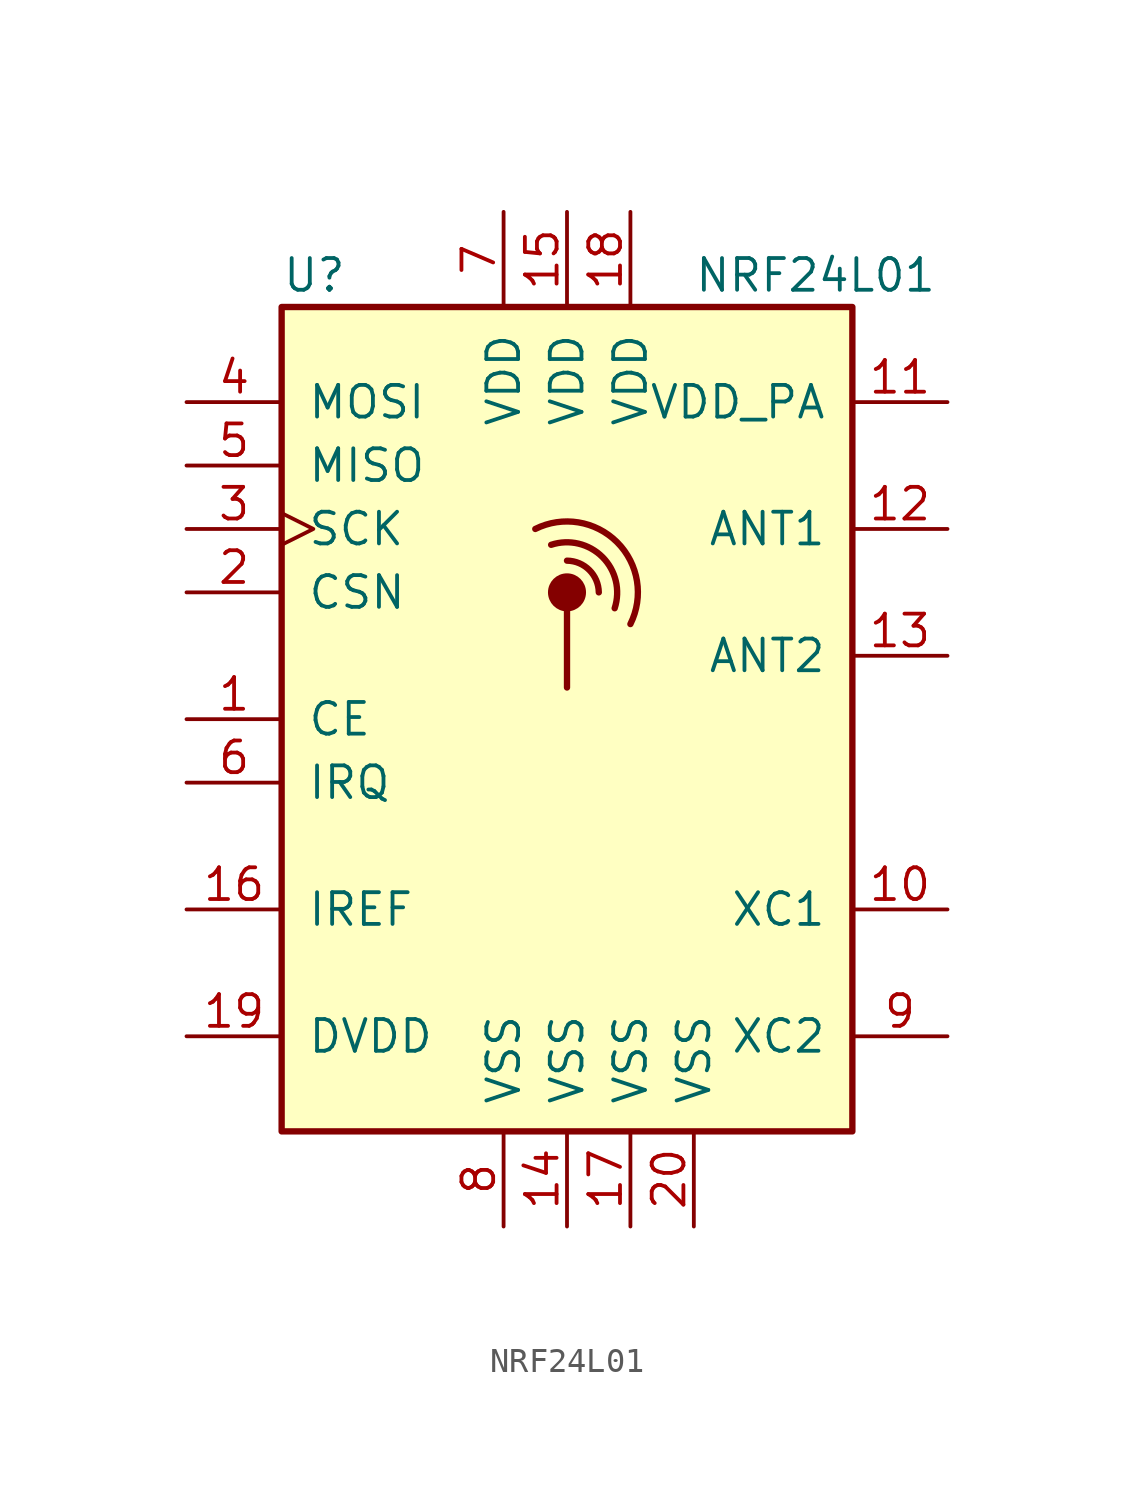
<source format=kicad_sym>
(kicad_symbol_lib
  (version 20201005)
  (generator kicad_symbol_editor)
  (symbol "NRF24L01"
    (pin_names
      (offset 1.016))
    (property "Reference" "U"
      (at -11.43 17.78 0)
      (effects (font (size 1.27 1.27)) (justify left)))
    (property "Value" "NRF24L01"
      (at 5.08 17.78 0)
      (effects (font (size 1.27 1.27)) (justify left)))
    (symbol "NRF24L01_0_1"
      (arc (start -1.27 7.62) (end 2.54 3.81) (radius (at 0 5.08) (length 2.8448) (angles 116.6 -26.6)) (stroke (width 0.254)) (fill (type none)))
      (arc (start 0 6.35) (end 1.27 5.08) (radius (at 0 5.1054) (length 1.2446) (angles 90 -1.1)) (stroke (width 0.254)) (fill (type none)))
      (arc (start -0.635 6.985) (end 1.905 4.445) (radius (at 0 5.1054) (length 1.9812) (angles 108.7 -19.1)) (stroke (width 0.254)) (fill (type none)))
      (circle (center 0 5.08) (radius 0.635) (stroke (width 0.254)) (fill (type outline)))
      (rectangle (start 11.43 -13.97) (end 11.43 -13.97) (stroke (width 0)) (fill (type none)))
      (rectangle (start -11.43 16.51) (end 11.43 -16.51) (stroke (width 0.254)) (fill (type background)))
      (polyline (pts (xy 0 4.445) (xy 0 1.27)) (stroke (width 0.254)) (fill (type none))))
    (symbol "NRF24L01_1_1"
      (pin input line (at -15.24 0 0) (length 3.81) (name "CE" (effects (font (size 1.27 1.27)))) (number "1" (effects (font (size 1.27 1.27)))))
      (pin passive line (at 15.24 -7.62 180) (length 3.81) (name "XC1" (effects (font (size 1.27 1.27)))) (number "10" (effects (font (size 1.27 1.27)))))
      (pin power_out line (at 15.24 12.7 180) (length 3.81) (name "VDD_PA" (effects (font (size 1.27 1.27)))) (number "11" (effects (font (size 1.27 1.27)))))
      (pin passive line (at 15.24 7.62 180) (length 3.81) (name "ANT1" (effects (font (size 1.27 1.27)))) (number "12" (effects (font (size 1.27 1.27)))))
      (pin passive line (at 15.24 2.54 180) (length 3.81) (name "ANT2" (effects (font (size 1.27 1.27)))) (number "13" (effects (font (size 1.27 1.27)))))
      (pin power_in line (at 0 -20.32 90) (length 3.81) (name "VSS" (effects (font (size 1.27 1.27)))) (number "14" (effects (font (size 1.27 1.27)))))
      (pin power_in line (at 0 20.32 270) (length 3.81) (name "VDD" (effects (font (size 1.27 1.27)))) (number "15" (effects (font (size 1.27 1.27)))))
      (pin passive line (at -15.24 -7.62 0) (length 3.81) (name "IREF" (effects (font (size 1.27 1.27)))) (number "16" (effects (font (size 1.27 1.27)))))
      (pin power_in line (at 2.54 -20.32 90) (length 3.81) (name "VSS" (effects (font (size 1.27 1.27)))) (number "17" (effects (font (size 1.27 1.27)))))
      (pin power_in line (at 2.54 20.32 270) (length 3.81) (name "VDD" (effects (font (size 1.27 1.27)))) (number "18" (effects (font (size 1.27 1.27)))))
      (pin power_out line (at -15.24 -12.7 0) (length 3.81) (name "DVDD" (effects (font (size 1.27 1.27)))) (number "19" (effects (font (size 1.27 1.27)))))
      (pin input line (at -15.24 5.08 0) (length 3.81) (name "CSN" (effects (font (size 1.27 1.27)))) (number "2" (effects (font (size 1.27 1.27)))))
      (pin power_in line (at 5.08 -20.32 90) (length 3.81) (name "VSS" (effects (font (size 1.27 1.27)))) (number "20" (effects (font (size 1.27 1.27)))))
      (pin input clock (at -15.24 7.62 0) (length 3.81) (name "SCK" (effects (font (size 1.27 1.27)))) (number "3" (effects (font (size 1.27 1.27)))))
      (pin input line (at -15.24 12.7 0) (length 3.81) (name "MOSI" (effects (font (size 1.27 1.27)))) (number "4" (effects (font (size 1.27 1.27)))))
      (pin output line (at -15.24 10.16 0) (length 3.81) (name "MISO" (effects (font (size 1.27 1.27)))) (number "5" (effects (font (size 1.27 1.27)))))
      (pin output line (at -15.24 -2.54 0) (length 3.81) (name "IRQ" (effects (font (size 1.27 1.27)))) (number "6" (effects (font (size 1.27 1.27)))))
      (pin power_in line (at -2.54 20.32 270) (length 3.81) (name "VDD" (effects (font (size 1.27 1.27)))) (number "7" (effects (font (size 1.27 1.27)))))
      (pin power_in line (at -2.54 -20.32 90) (length 3.81) (name "VSS" (effects (font (size 1.27 1.27)))) (number "8" (effects (font (size 1.27 1.27)))))
      (pin passive line (at 15.24 -12.7 180) (length 3.81) (name "XC2" (effects (font (size 1.27 1.27)))) (number "9" (effects (font (size 1.27 1.27))))))))
</source>
